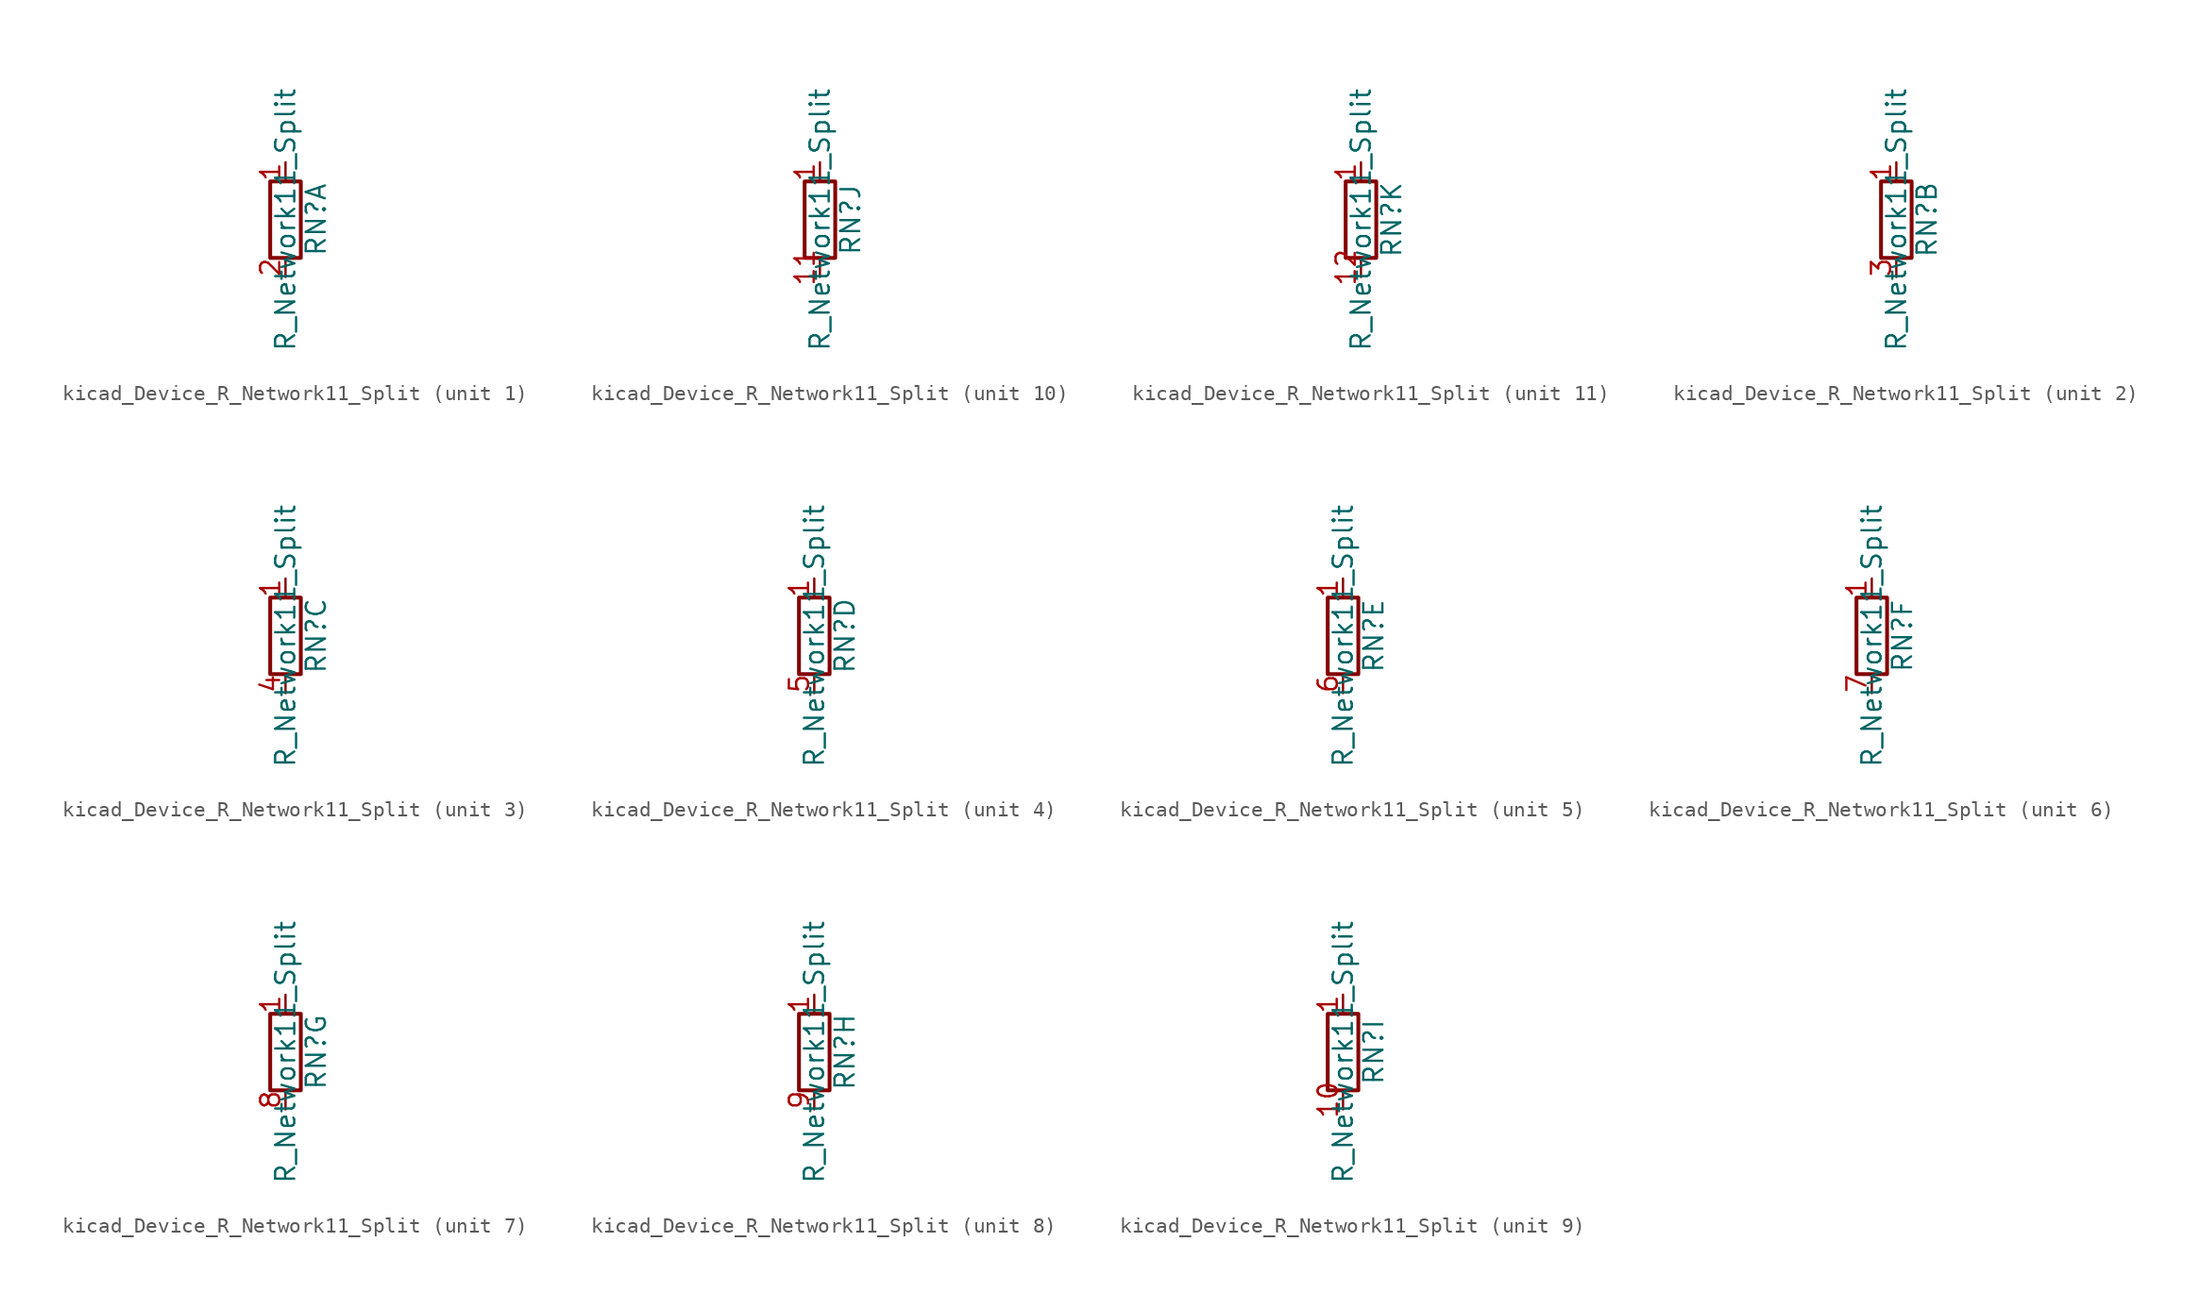
<source format=kicad_sym>
(kicad_symbol_lib
  (version 20220914)
  (generator kicad_symbol_editor)
  (symbol "kicad_Device_R_Network11_Split"
    (pin_names
      (offset 0) hide)
    (property "Reference" "RN"
      (at 2.032 0 90)
      (effects (font (size 1.27 1.27))))
    (property "Value" "R_Network11_Split"
      (at 0 0 90)
      (effects (font (size 1.27 1.27))))
    (symbol "kicad_Device_R_Network11_Split_0_1"
      (rectangle (start 1.016 2.54) (end -1.016 -2.54) (stroke (width 0.254) (type default)) (fill (type none)))
      (pin passive line (at 0 3.81 270) (length 1.27) (name "R1" (effects (font (size 1.27 1.27)))) (number "1" (effects (font (size 1.27 1.27))))))
    (symbol "kicad_Device_R_Network11_Split_1_1"
      (pin passive line (at 0 -3.81 90) (length 1.27) (name "R1.2" (effects (font (size 1.27 1.27)))) (number "2" (effects (font (size 1.27 1.27))))))
    (symbol "kicad_Device_R_Network11_Split_2_1"
      (pin passive line (at 0 -3.81 90) (length 1.27) (name "R2.2" (effects (font (size 1.27 1.27)))) (number "3" (effects (font (size 1.27 1.27))))))
    (symbol "kicad_Device_R_Network11_Split_3_1"
      (pin passive line (at 0 -3.81 90) (length 1.27) (name "R3.2" (effects (font (size 1.27 1.27)))) (number "4" (effects (font (size 1.27 1.27))))))
    (symbol "kicad_Device_R_Network11_Split_4_1"
      (pin passive line (at 0 -3.81 90) (length 1.27) (name "R4.2" (effects (font (size 1.27 1.27)))) (number "5" (effects (font (size 1.27 1.27))))))
    (symbol "kicad_Device_R_Network11_Split_5_1"
      (pin passive line (at 0 -3.81 90) (length 1.27) (name "R5.2" (effects (font (size 1.27 1.27)))) (number "6" (effects (font (size 1.27 1.27))))))
    (symbol "kicad_Device_R_Network11_Split_6_1"
      (pin passive line (at 0 -3.81 90) (length 1.27) (name "R6.2" (effects (font (size 1.27 1.27)))) (number "7" (effects (font (size 1.27 1.27))))))
    (symbol "kicad_Device_R_Network11_Split_7_1"
      (pin passive line (at 0 -3.81 90) (length 1.27) (name "R7.2" (effects (font (size 1.27 1.27)))) (number "8" (effects (font (size 1.27 1.27))))))
    (symbol "kicad_Device_R_Network11_Split_8_1"
      (pin passive line (at 0 -3.81 90) (length 1.27) (name "R8.2" (effects (font (size 1.27 1.27)))) (number "9" (effects (font (size 1.27 1.27))))))
    (symbol "kicad_Device_R_Network11_Split_9_1"
      (pin passive line (at 0 -3.81 90) (length 1.27) (name "R9.2" (effects (font (size 1.27 1.27)))) (number "10" (effects (font (size 1.27 1.27))))))
    (symbol "kicad_Device_R_Network11_Split_10_1"
      (pin passive line (at 0 -3.81 90) (length 1.27) (name "R10.2" (effects (font (size 1.27 1.27)))) (number "11" (effects (font (size 1.27 1.27))))))
    (symbol "kicad_Device_R_Network11_Split_11_1"
      (pin passive line (at 0 -3.81 90) (length 1.27) (name "R11.2" (effects (font (size 1.27 1.27)))) (number "12" (effects (font (size 1.27 1.27))))))))
</source>
